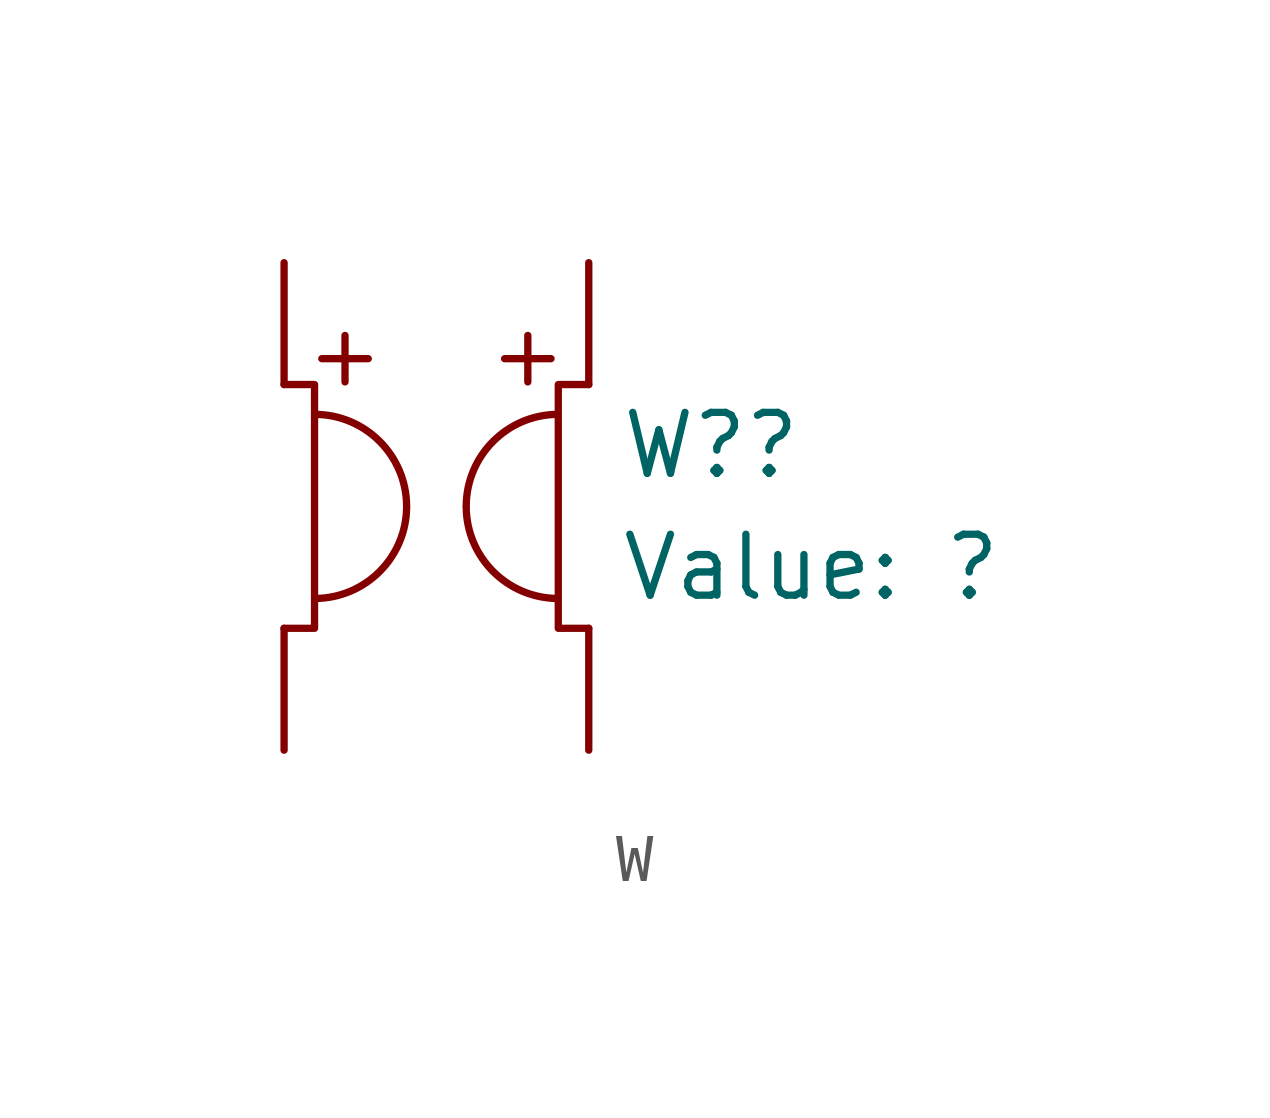
<source format=kicad_sym>
(kicad_symbol_lib
  (version 20241209)
  (generator "kicad_symbol_editor")
  (generator_version "9.0")
  (symbol "W"
    (pin_numbers
      (hide yes))
    (pin_names
      (offset 0)
      (hide yes))
    (property "Reference" "W?"
      (at 0.635 1.27 0)
      (effects (font (size 1.27 1.27)) (justify left)))
    (property "Value" "?"
      (at 0.635 -1.27 0)
      (show_name)
      (effects (font (size 1.27 1.27)) (justify left)))
    (symbol "W_0_0"
      (polyline (pts (xy -6.35 2.54) (xy -5.715 2.54) (xy -5.715 -2.54) (xy -6.35 -2.54)) (stroke (width 0) (type default)) (fill (type none)))
      (arc (start -5.7012 1.9188) (mid -4.3582 1.3568) (end -3.7962 0.0138) (stroke (width 0) (type default)) (fill (type none)))
      (arc (start -3.7961 -0.0139) (mid -4.3581 -1.3569) (end -5.7011 -1.9189) (stroke (width 0) (type default)) (fill (type none)))
      (arc (start -0.6489 -1.9189) (mid -1.9919 -1.3569) (end -2.5539 -0.0139) (stroke (width 0) (type default)) (fill (type none)))
      (arc (start -2.5538 0.0138) (mid -1.9918 1.3568) (end -0.6488 1.9188) (stroke (width 0) (type default)) (fill (type none)))
      (polyline (pts (xy 0 2.54) (xy -0.635 2.54) (xy -0.635 -2.54) (xy 0 -2.54)) (stroke (width 0) (type default)) (fill (type none))))
    (symbol "W_1_0"
      (text "+" (at -5.08 3.175 0) (effects (font (size 1.27 1.27))))
      (text "+" (at -1.27 3.175 0) (effects (font (size 1.27 1.27))))
      (pin bidirectional line (at 0 5.08 270) (length 2.54) (name "outP" (effects (font (size 1.27 1.27)))) (number "1" (effects (font (size 1.27 1.27)))))
      (pin bidirectional line (at 0 -5.08 90) (length 2.54) (name "outN" (effects (font (size 1.27 1.27)))) (number "2" (effects (font (size 1.27 1.27))))))
    (symbol "W_1_1"
      (pin bidirectional line (at -6.35 5.08 270) (length 2.54) (name "inp" (effects (font (size 1.27 1.27)))) (number "3" (effects (font (size 1.27 1.27)))))
      (pin bidirectional line (at -6.35 -5.08 90) (length 2.54) (name "inN" (effects (font (size 1.27 1.27)))) (number "4" (effects (font (size 1.27 1.27))))))))
</source>
